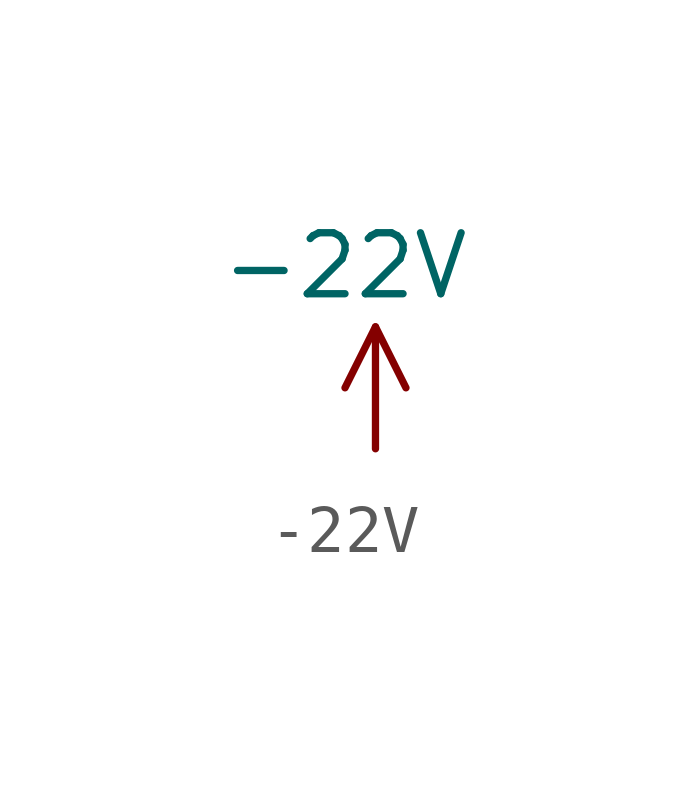
<source format=kicad_sym>
(kicad_symbol_lib
  (version 20211014)
  (generator kicad_symbol_editor)
  (symbol "-22V"
    (power)
    (pin_names
      (offset 0))
    (property "Reference" "#PWR"
      (at 0 -1.905 0)
      (effects (font (size 1.27 1.27)) hide))
    (property "Value" "-22V"
      (at -0.635 3.81 0)
      (effects (font (size 1.27 1.27))))
    (symbol "-22V_0_1"
      (polyline (pts (xy 0 2.54) (xy -0.635 1.27)) (stroke (width 0) (type default) (color 0 0 0 0)) (fill (type none)))
      (polyline (pts (xy 0 0) (xy 0 2.54) (xy 0.635 1.27)) (stroke (width 0) (type default) (color 0 0 0 0)) (fill (type none))))
    (symbol "-22V_1_1"
      (pin power_out line (at 0 0 90) (length 0) hide (name "-22V" (effects (font (size 1.27 1.27)))) (number "1" (effects (font (size 1.27 1.27))))))))
</source>
